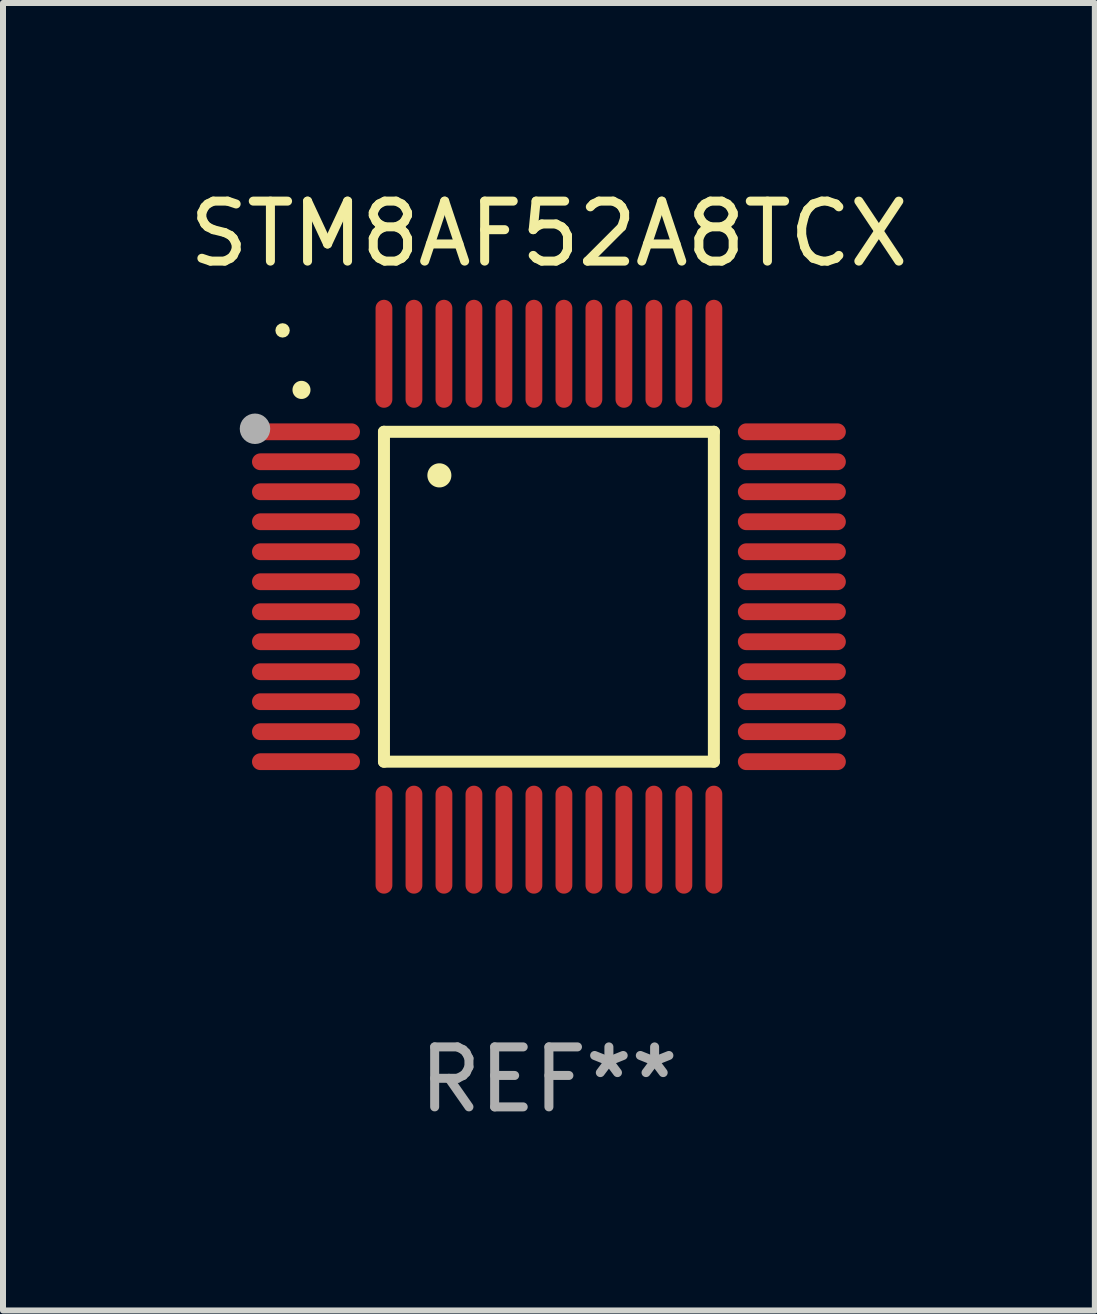
<source format=kicad_pcb>
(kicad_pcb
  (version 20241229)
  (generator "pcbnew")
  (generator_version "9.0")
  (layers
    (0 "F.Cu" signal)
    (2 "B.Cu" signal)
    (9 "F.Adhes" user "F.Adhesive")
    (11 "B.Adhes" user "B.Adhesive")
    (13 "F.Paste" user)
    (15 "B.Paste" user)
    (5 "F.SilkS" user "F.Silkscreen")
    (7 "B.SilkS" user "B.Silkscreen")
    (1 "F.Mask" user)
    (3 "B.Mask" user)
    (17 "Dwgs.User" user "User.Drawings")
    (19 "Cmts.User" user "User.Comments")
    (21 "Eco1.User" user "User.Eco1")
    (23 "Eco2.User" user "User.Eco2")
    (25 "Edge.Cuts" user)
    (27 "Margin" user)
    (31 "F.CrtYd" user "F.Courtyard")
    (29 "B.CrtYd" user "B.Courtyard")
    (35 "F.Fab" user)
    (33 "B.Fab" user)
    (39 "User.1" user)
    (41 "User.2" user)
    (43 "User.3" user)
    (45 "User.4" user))
  (footprint "STM8AF52A8TCX"
    (layer "F.Cu")
    (at 6.101 6.898)
    (property "Reference" "STM8AF52A8TCX" (at 0 -6.05 0) (layer "F.SilkS") (effects (font (size 1 1) (thickness 0.15))))
    (attr through_hole)
    (fp_line (start -2.75 -2.75) (end 2.75 -2.75) (stroke (width 0.2) (type solid)) (layer "F.SilkS"))
    (fp_line (start -2.75 2.75) (end -2.75 -2.75) (stroke (width 0.2) (type solid)) (layer "F.SilkS"))
    (fp_line (start 2.75 -2.75) (end 2.75 2.75) (stroke (width 0.2) (type solid)) (layer "F.SilkS"))
    (fp_line (start 2.75 2.75) (end -2.75 2.75) (stroke (width 0.2) (type solid)) (layer "F.SilkS"))
    (fp_arc (start -4.124968 -3.446787) (mid -4.124973 -3.448057) (end -4.124968 -3.449327) (stroke (width 0.3) (type solid)) (layer "F.SilkS"))
    (fp_arc (start -1.826264 -2.021844) (mid -1.826268 -2.023114) (end -1.826264 -2.024384) (stroke (width 0.4) (type solid)) (layer "F.SilkS"))
    (fp_circle (center -4.44 -4.44) (end -4.38 -4.44) (stroke (width 0.12) (type solid)) (fill no) (layer "F.SilkS"))
    (fp_circle (center -4.9 -2.8) (end -4.773 -2.8) (stroke (width 0.254) (type solid)) (fill no) (layer "F.Fab"))
    (fp_text user "REF**" (at 0 8.05 0) (layer "F.Fab") (effects (font (size 1 1) (thickness 0.15))))
    (pad "1" smd oval (at -4.05 -2.75 90) (size 0.28 1.8) (layers "F.Cu" "F.Mask" "F.Paste"))
    (pad "2" smd oval (at -4.05 -2.25 90) (size 0.28 1.8) (layers "F.Cu" "F.Mask" "F.Paste"))
    (pad "3" smd oval (at -4.05 -1.75 90) (size 0.28 1.8) (layers "F.Cu" "F.Mask" "F.Paste"))
    (pad "4" smd oval (at -4.05 -1.25 90) (size 0.28 1.8) (layers "F.Cu" "F.Mask" "F.Paste"))
    (pad "5" smd oval (at -4.05 -0.75 90) (size 0.28 1.8) (layers "F.Cu" "F.Mask" "F.Paste"))
    (pad "6" smd oval (at -4.05 -0.25 90) (size 0.28 1.8) (layers "F.Cu" "F.Mask" "F.Paste"))
    (pad "7" smd oval (at -4.05 0.25 90) (size 0.28 1.8) (layers "F.Cu" "F.Mask" "F.Paste"))
    (pad "8" smd oval (at -4.05 0.75 90) (size 0.28 1.8) (layers "F.Cu" "F.Mask" "F.Paste"))
    (pad "9" smd oval (at -4.05 1.25 90) (size 0.28 1.8) (layers "F.Cu" "F.Mask" "F.Paste"))
    (pad "10" smd oval (at -4.05 1.75 90) (size 0.28 1.8) (layers "F.Cu" "F.Mask" "F.Paste"))
    (pad "11" smd oval (at -4.05 2.25 90) (size 0.28 1.8) (layers "F.Cu" "F.Mask" "F.Paste"))
    (pad "12" smd oval (at -4.05 2.75 90) (size 0.28 1.8) (layers "F.Cu" "F.Mask" "F.Paste"))
    (pad "13" smd oval (at -2.75 4.05) (size 0.28 1.8) (layers "F.Cu" "F.Mask" "F.Paste"))
    (pad "14" smd oval (at -2.25 4.05) (size 0.28 1.8) (layers "F.Cu" "F.Mask" "F.Paste"))
    (pad "15" smd oval (at -1.75 4.05) (size 0.28 1.8) (layers "F.Cu" "F.Mask" "F.Paste"))
    (pad "16" smd oval (at -1.25 4.05) (size 0.28 1.8) (layers "F.Cu" "F.Mask" "F.Paste"))
    (pad "17" smd oval (at -0.75 4.05) (size 0.28 1.8) (layers "F.Cu" "F.Mask" "F.Paste"))
    (pad "18" smd oval (at -0.25 4.05) (size 0.28 1.8) (layers "F.Cu" "F.Mask" "F.Paste"))
    (pad "19" smd oval (at 0.25 4.05) (size 0.28 1.8) (layers "F.Cu" "F.Mask" "F.Paste"))
    (pad "20" smd oval (at 0.75 4.05) (size 0.28 1.8) (layers "F.Cu" "F.Mask" "F.Paste"))
    (pad "21" smd oval (at 1.25 4.05) (size 0.28 1.8) (layers "F.Cu" "F.Mask" "F.Paste"))
    (pad "22" smd oval (at 1.75 4.05) (size 0.28 1.8) (layers "F.Cu" "F.Mask" "F.Paste"))
    (pad "23" smd oval (at 2.25 4.05) (size 0.28 1.8) (layers "F.Cu" "F.Mask" "F.Paste"))
    (pad "24" smd oval (at 2.75 4.05) (size 0.28 1.8) (layers "F.Cu" "F.Mask" "F.Paste"))
    (pad "25" smd oval (at 4.05 2.75 90) (size 0.28 1.8) (layers "F.Cu" "F.Mask" "F.Paste"))
    (pad "26" smd oval (at 4.05 2.25 90) (size 0.28 1.8) (layers "F.Cu" "F.Mask" "F.Paste"))
    (pad "27" smd oval (at 4.05 1.75 90) (size 0.28 1.8) (layers "F.Cu" "F.Mask" "F.Paste"))
    (pad "28" smd oval (at 4.05 1.25 90) (size 0.28 1.8) (layers "F.Cu" "F.Mask" "F.Paste"))
    (pad "29" smd oval (at 4.05 0.75 90) (size 0.28 1.8) (layers "F.Cu" "F.Mask" "F.Paste"))
    (pad "30" smd oval (at 4.05 0.25 90) (size 0.28 1.8) (layers "F.Cu" "F.Mask" "F.Paste"))
    (pad "31" smd oval (at 4.05 -0.25 90) (size 0.28 1.8) (layers "F.Cu" "F.Mask" "F.Paste"))
    (pad "32" smd oval (at 4.05 -0.75 90) (size 0.28 1.8) (layers "F.Cu" "F.Mask" "F.Paste"))
    (pad "33" smd oval (at 4.05 -1.25 90) (size 0.28 1.8) (layers "F.Cu" "F.Mask" "F.Paste"))
    (pad "34" smd oval (at 4.05 -1.75 90) (size 0.28 1.8) (layers "F.Cu" "F.Mask" "F.Paste"))
    (pad "35" smd oval (at 4.05 -2.25 90) (size 0.28 1.8) (layers "F.Cu" "F.Mask" "F.Paste"))
    (pad "36" smd oval (at 4.05 -2.75 90) (size 0.28 1.8) (layers "F.Cu" "F.Mask" "F.Paste"))
    (pad "37" smd oval (at 2.75 -4.05) (size 0.28 1.8) (layers "F.Cu" "F.Mask" "F.Paste"))
    (pad "38" smd oval (at 2.25 -4.05) (size 0.28 1.8) (layers "F.Cu" "F.Mask" "F.Paste"))
    (pad "39" smd oval (at 1.75 -4.05) (size 0.28 1.8) (layers "F.Cu" "F.Mask" "F.Paste"))
    (pad "40" smd oval (at 1.25 -4.05) (size 0.28 1.8) (layers "F.Cu" "F.Mask" "F.Paste"))
    (pad "41" smd oval (at 0.75 -4.05) (size 0.28 1.8) (layers "F.Cu" "F.Mask" "F.Paste"))
    (pad "42" smd oval (at 0.25 -4.05) (size 0.28 1.8) (layers "F.Cu" "F.Mask" "F.Paste"))
    (pad "43" smd oval (at -0.25 -4.05) (size 0.28 1.8) (layers "F.Cu" "F.Mask" "F.Paste"))
    (pad "44" smd oval (at -0.75 -4.05) (size 0.28 1.8) (layers "F.Cu" "F.Mask" "F.Paste"))
    (pad "45" smd oval (at -1.25 -4.05) (size 0.28 1.8) (layers "F.Cu" "F.Mask" "F.Paste"))
    (pad "46" smd oval (at -1.75 -4.05) (size 0.28 1.8) (layers "F.Cu" "F.Mask" "F.Paste"))
    (pad "47" smd oval (at -2.25 -4.05) (size 0.28 1.8) (layers "F.Cu" "F.Mask" "F.Paste"))
    (pad "48" smd oval (at -2.75 -4.05) (size 0.28 1.8) (layers "F.Cu" "F.Mask" "F.Paste")))
  (gr_rect
    (start -3 -3)
    (end 15.202 18.797)
    (stroke (width 0.1) (type default))
    (fill no)
    (layer "Edge.Cuts")))
</source>
